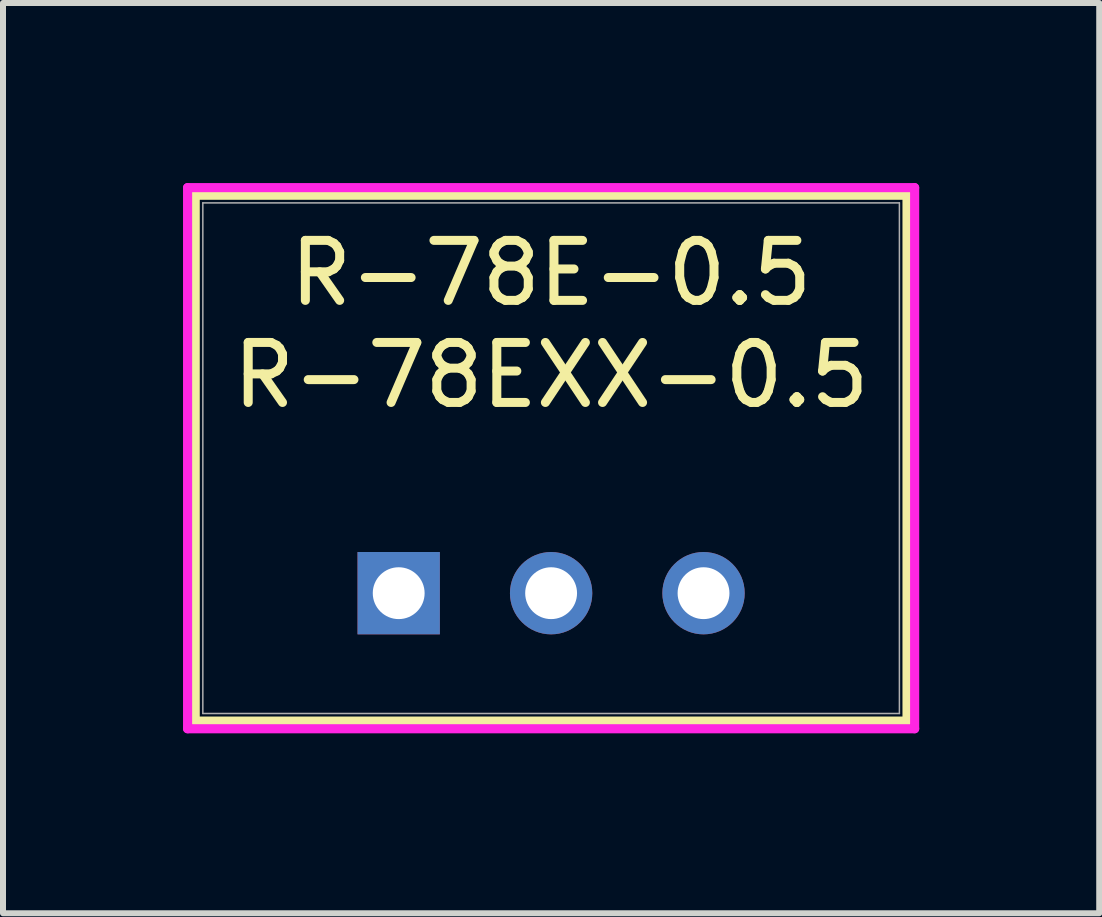
<source format=kicad_pcb>
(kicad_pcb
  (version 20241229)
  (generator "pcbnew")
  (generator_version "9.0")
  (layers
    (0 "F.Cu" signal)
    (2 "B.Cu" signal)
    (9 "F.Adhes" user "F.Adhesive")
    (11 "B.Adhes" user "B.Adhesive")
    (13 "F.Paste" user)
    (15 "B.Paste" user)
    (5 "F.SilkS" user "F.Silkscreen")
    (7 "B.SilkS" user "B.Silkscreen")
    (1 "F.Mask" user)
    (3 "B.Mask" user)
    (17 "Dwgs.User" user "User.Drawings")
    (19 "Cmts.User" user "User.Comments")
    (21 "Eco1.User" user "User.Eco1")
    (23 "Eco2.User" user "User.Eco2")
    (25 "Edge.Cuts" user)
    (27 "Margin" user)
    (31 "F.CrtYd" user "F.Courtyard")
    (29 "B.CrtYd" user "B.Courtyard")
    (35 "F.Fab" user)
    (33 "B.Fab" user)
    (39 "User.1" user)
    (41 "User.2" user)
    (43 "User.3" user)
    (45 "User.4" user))
  (footprint "R-78E-0.5"
    (layer "F.Cu")
    (at 3.594 6.835)
    (property "Reference" "R-78E-0.5" (at 2.54 -5.334 0) (unlocked yes) (layer "F.SilkS") (effects (font (size 1 1) (thickness 0.15))))
    (attr through_hole)
    (fp_line (start -3.391 -6.631) (end -3.391 2.132) (stroke (width 0.152) (type solid)) (layer "F.SilkS"))
    (fp_line (start -3.391 2.132) (end 8.471 2.132) (stroke (width 0.152) (type solid)) (layer "F.SilkS"))
    (fp_line (start 8.471 -6.631) (end -3.391 -6.631) (stroke (width 0.152) (type solid)) (layer "F.SilkS"))
    (fp_line (start 8.471 2.132) (end 8.471 -6.631) (stroke (width 0.152) (type solid)) (layer "F.SilkS"))
    (fp_line (start -3.518 -6.758) (end 8.598 -6.758) (stroke (width 0.152) (type solid)) (layer "F.CrtYd"))
    (fp_line (start -3.518 2.259) (end -3.518 -6.758) (stroke (width 0.152) (type solid)) (layer "F.CrtYd"))
    (fp_line (start 8.598 -6.758) (end 8.598 2.259) (stroke (width 0.152) (type solid)) (layer "F.CrtYd"))
    (fp_line (start 8.598 2.259) (end -3.518 2.259) (stroke (width 0.152) (type solid)) (layer "F.CrtYd"))
    (fp_line (start -3.264 -6.504) (end -3.264 2.005) (stroke (width 0.025) (type solid)) (layer "F.Fab"))
    (fp_line (start -3.264 2.005) (end 8.344 2.005) (stroke (width 0.025) (type solid)) (layer "F.Fab"))
    (fp_line (start 8.344 -6.504) (end -3.264 -6.504) (stroke (width 0.025) (type solid)) (layer "F.Fab"))
    (fp_line (start 8.344 2.005) (end 8.344 -6.504) (stroke (width 0.025) (type solid)) (layer "F.Fab"))
    (fp_text user "R-78EXX-0.5" (at 2.54 -3.048 0) (unlocked yes) (layer "F.SilkS") (effects (font (size 1 1) (thickness 0.15)) (justify bottom)))
    (pad "1" thru_hole rect (at 0 0) (size 1.372 1.372) (drill 0.864) (layers "*.Cu" "*.Mask"))
    (pad "2" thru_hole circle (at 2.54 0) (size 1.372 1.372) (drill 0.864) (layers "*.Cu" "*.Mask"))
    (pad "3" thru_hole circle (at 5.08 0) (size 1.372 1.372) (drill 0.864) (layers "*.Cu" "*.Mask")))
  (gr_rect
    (start -3 -3)
    (end 15.268 12.169)
    (stroke (width 0.1) (type default))
    (fill no)
    (layer "Edge.Cuts")))
</source>
